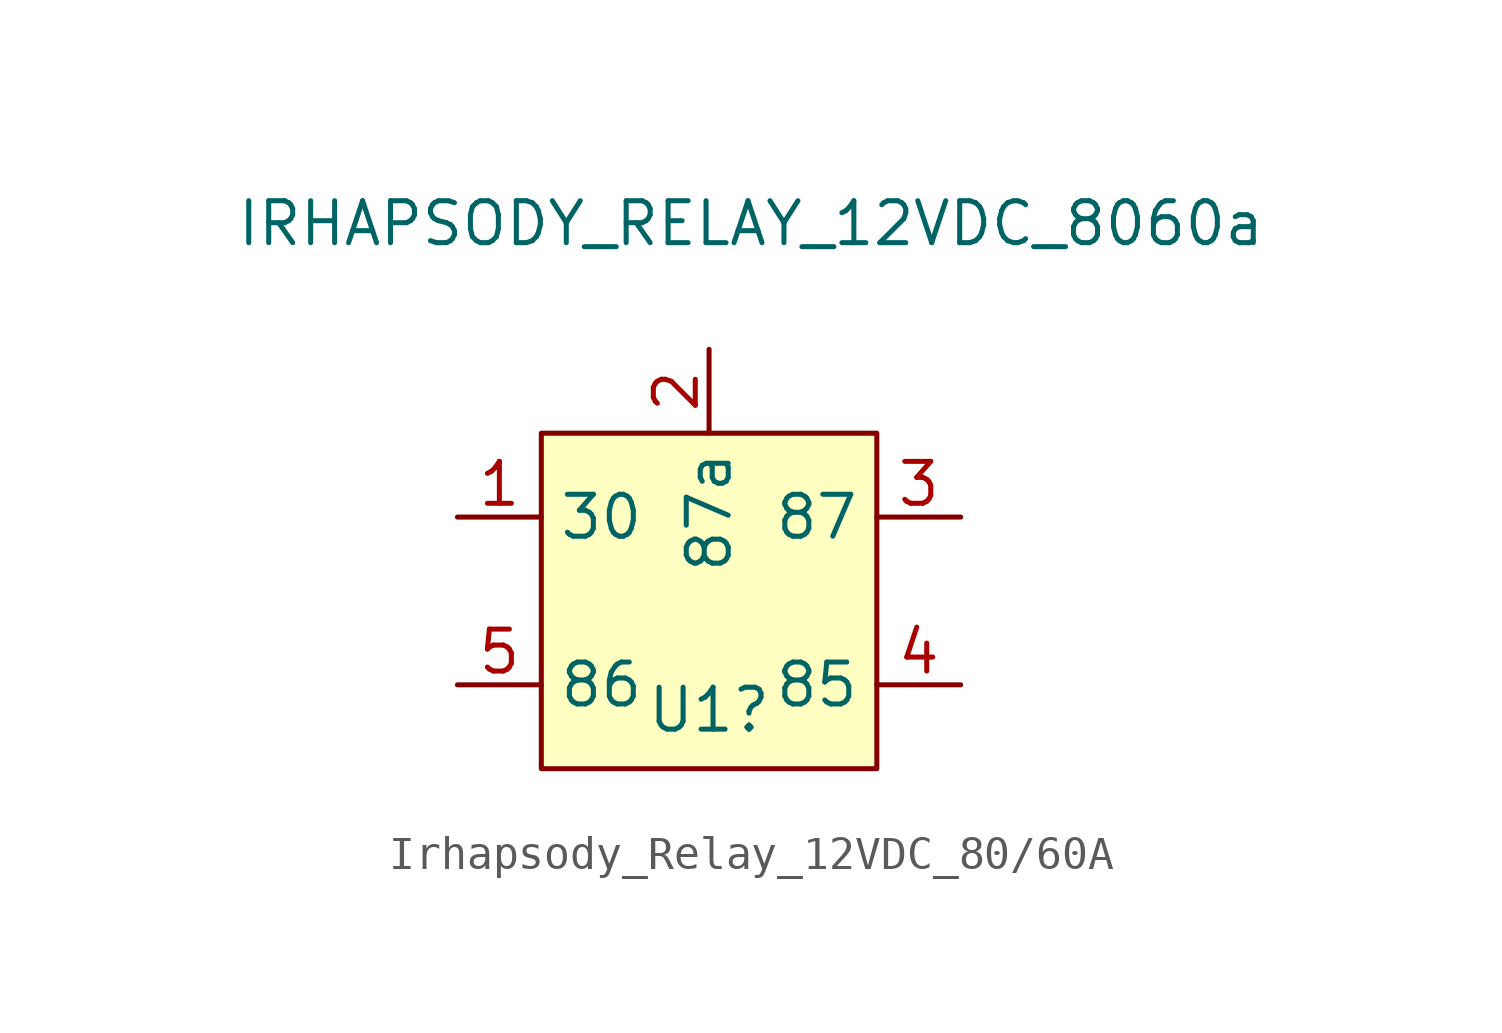
<source format=kicad_sym>
(kicad_symbol_lib
  (version 20231120)
  (generator "kicad_symbol_editor")
  (generator_version "8.0")
  (symbol "Irhapsody_Relay_12VDC_80/60A"
    (property "Reference" "U1"
      (at 0 -3.302 0)
      (effects (font (size 1.27 1.27))))
    (property "Value" "IRHAPSODY_RELAY_12VDC_8060a"
      (at 1.27 11.43 0)
      (effects (font (size 1.27 1.27))))
    (symbol "Irhapsody_Relay_12VDC_80/60A_1_1"
      (rectangle (start -5.08 5.08) (end 5.08 -5.08) (stroke (width 0) (type default)) (fill (type background)))
      (pin input line (at -7.62 2.54 0) (length 2.54) (name "30" (effects (font (size 1.27 1.27)))) (number "1" (effects (font (size 1.27 1.27)))))
      (pin input line (at 0 7.62 270) (length 2.54) (name "87a" (effects (font (size 1.27 1.27)))) (number "2" (effects (font (size 1.27 1.27)))))
      (pin input line (at 7.62 2.54 180) (length 2.54) (name "87" (effects (font (size 1.27 1.27)))) (number "3" (effects (font (size 1.27 1.27)))))
      (pin input line (at 7.62 -2.54 180) (length 2.54) (name "85" (effects (font (size 1.27 1.27)))) (number "4" (effects (font (size 1.27 1.27)))))
      (pin input line (at -7.62 -2.54 0) (length 2.54) (name "86" (effects (font (size 1.27 1.27)))) (number "5" (effects (font (size 1.27 1.27))))))))
</source>
